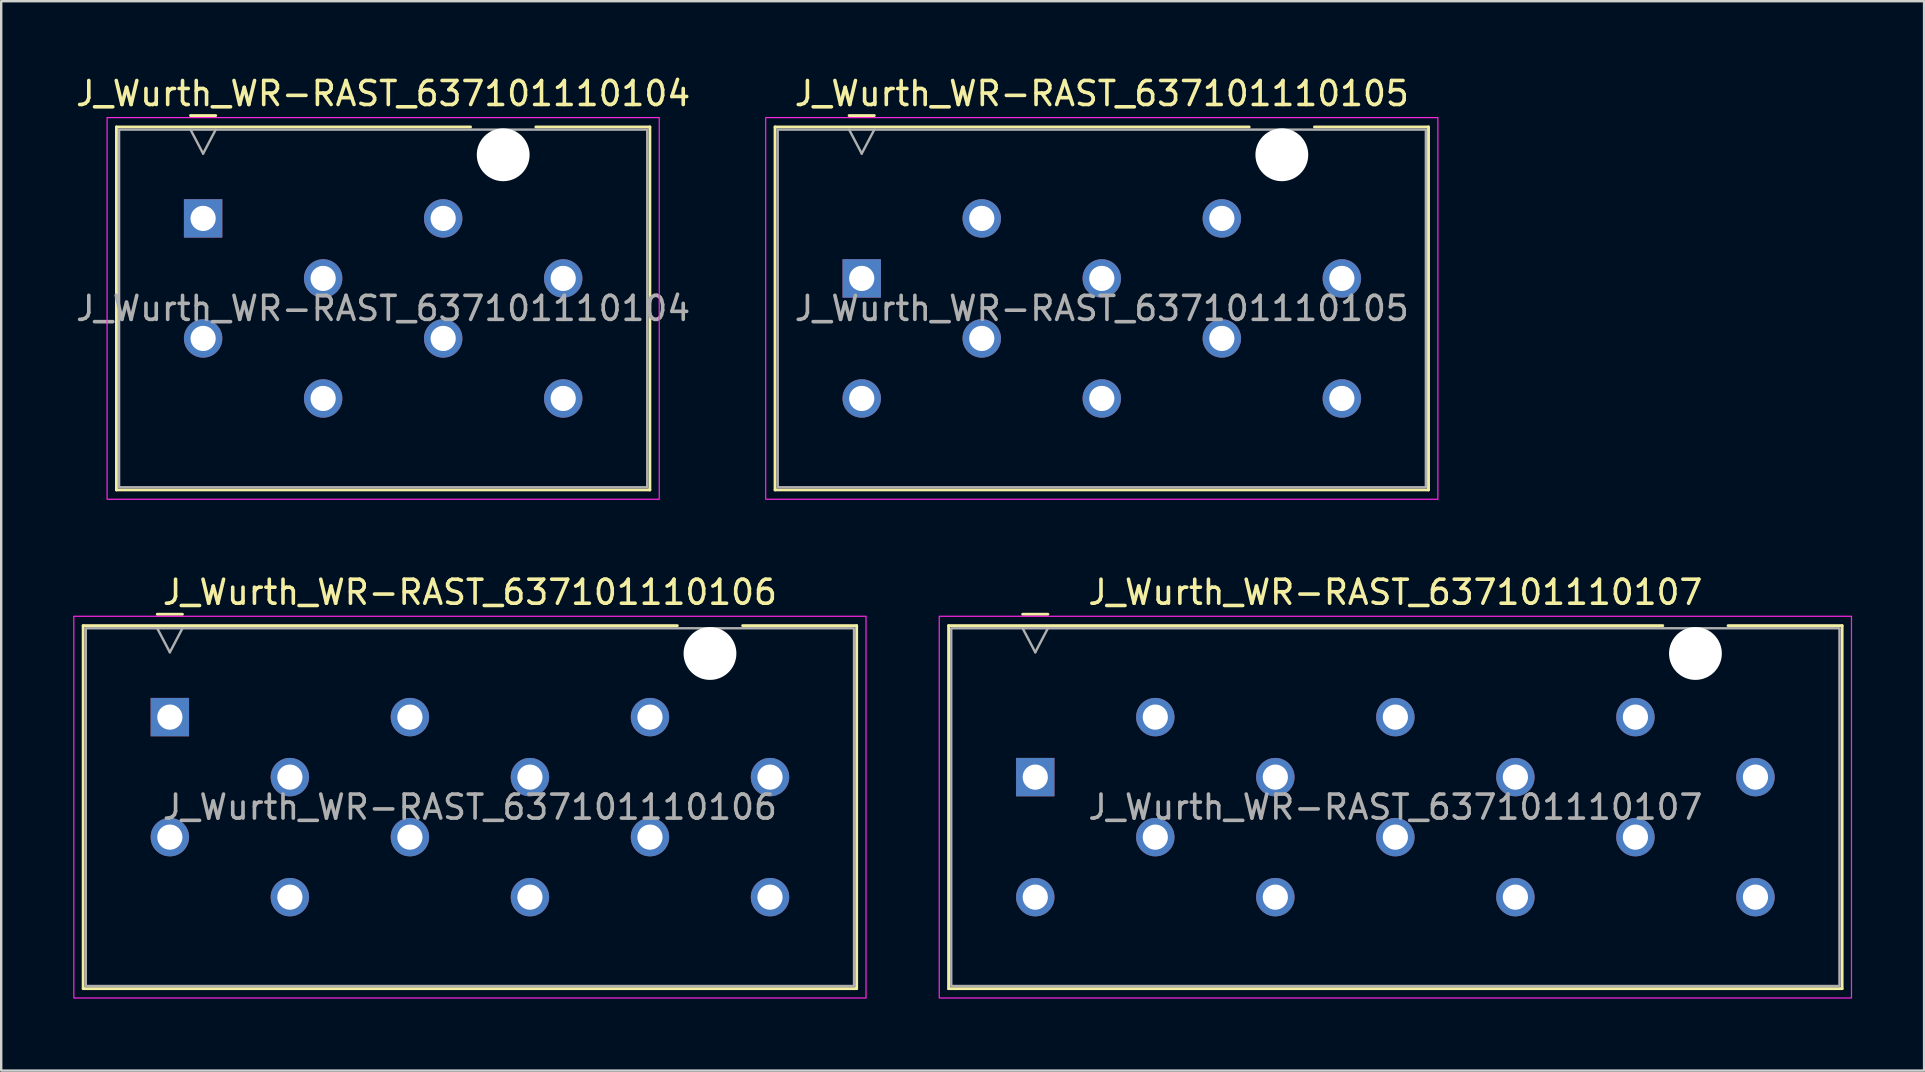
<source format=kicad_pcb>
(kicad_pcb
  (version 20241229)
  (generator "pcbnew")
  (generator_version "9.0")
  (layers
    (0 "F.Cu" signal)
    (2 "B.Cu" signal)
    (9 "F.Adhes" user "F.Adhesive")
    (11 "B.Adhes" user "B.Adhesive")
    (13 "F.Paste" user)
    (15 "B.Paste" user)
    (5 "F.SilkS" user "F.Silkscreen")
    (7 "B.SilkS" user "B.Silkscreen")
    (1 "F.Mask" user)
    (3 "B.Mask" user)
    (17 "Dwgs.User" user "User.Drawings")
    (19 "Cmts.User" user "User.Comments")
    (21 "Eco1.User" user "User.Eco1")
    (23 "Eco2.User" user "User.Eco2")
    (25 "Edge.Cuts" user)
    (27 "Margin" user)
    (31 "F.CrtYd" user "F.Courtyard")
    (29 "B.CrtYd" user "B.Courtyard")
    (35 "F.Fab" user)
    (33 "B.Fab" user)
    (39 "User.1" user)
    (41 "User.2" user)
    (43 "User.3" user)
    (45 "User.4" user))
  (footprint "J_Wurth_WR-RAST_637101110107"
    (layer "F.Cu")
    (at 40.075 29.322)
    (property "Reference" "J_Wurth_WR-RAST_637101110107" (at 15 -7.7 0) (unlocked yes) (layer "F.SilkS") (effects (font (size 1 1) (thickness 0.15))))
    (attr smd)
    (fp_line (start -3.61 -6.31) (end -3.61 8.81) (stroke (width 0.12) (type default)) (layer "F.SilkS"))
    (fp_line (start -3.61 -6.31) (end 26.14 -6.31) (stroke (width 0.12) (type default)) (layer "F.SilkS"))
    (fp_line (start -3.61 8.81) (end 33.61 8.81) (stroke (width 0.12) (type default)) (layer "F.SilkS"))
    (fp_line (start -0.525 -6.785) (end 0.525 -6.785) (stroke (width 0.12) (type default)) (layer "F.SilkS"))
    (fp_line (start 33.61 -6.31) (end 28.86 -6.31) (stroke (width 0.12) (type default)) (layer "F.SilkS"))
    (fp_line (start 33.61 -6.31) (end 33.61 8.81) (stroke (width 0.12) (type default)) (layer "F.SilkS"))
    (fp_rect (start -4 -6.7) (end 34 9.2) (stroke (width 0.05) (type default)) (fill no) (layer "F.CrtYd"))
    (fp_line (start -0.525 -6.2) (end 0 -5.2) (stroke (width 0.1) (type default)) (layer "F.Fab"))
    (fp_line (start 0.525 -6.2) (end 0 -5.2) (stroke (width 0.1) (type default)) (layer "F.Fab"))
    (fp_rect (start -3.5 -6.2) (end 33.5 8.7) (stroke (width 0.1) (type default)) (fill no) (layer "F.Fab"))
    (fp_text user "${REFERENCE}" (at 15 1.25 0) (unlocked yes) (layer "F.Fab") (effects (font (size 1 1) (thickness 0.15))))
    (pad "" np_thru_hole circle (at 27.5 -5.15) (size 2.2 2.2) (drill 2.2) (layers "*.Cu" "*.Mask"))
    (pad "1" thru_hole rect (at 0 0) (size 1.6 1.6) (drill 1.05) (layers "*.Cu" "*.Mask"))
    (pad "2" thru_hole circle (at 5 -2.5) (size 1.6 1.6) (drill 1.05) (layers "*.Cu" "*.Mask"))
    (pad "3" thru_hole circle (at 10 0) (size 1.6 1.6) (drill 1.05) (layers "*.Cu" "*.Mask"))
    (pad "4" thru_hole circle (at 15 -2.5) (size 1.6 1.6) (drill 1.05) (layers "*.Cu" "*.Mask"))
    (pad "5" thru_hole circle (at 20 0) (size 1.6 1.6) (drill 1.05) (layers "*.Cu" "*.Mask"))
    (pad "6" thru_hole circle (at 25 -2.5) (size 1.6 1.6) (drill 1.05) (layers "*.Cu" "*.Mask"))
    (pad "7" thru_hole circle (at 30 0) (size 1.6 1.6) (drill 1.05) (layers "*.Cu" "*.Mask"))
    (pad "A1" thru_hole circle (at 0 5) (size 1.6 1.6) (drill 1.05) (layers "*.Cu" "*.Mask"))
    (pad "A2" thru_hole circle (at 5 2.5) (size 1.6 1.6) (drill 1.05) (layers "*.Cu" "*.Mask"))
    (pad "A3" thru_hole circle (at 10 5) (size 1.6 1.6) (drill 1.05) (layers "*.Cu" "*.Mask"))
    (pad "A4" thru_hole circle (at 15 2.5) (size 1.6 1.6) (drill 1.05) (layers "*.Cu" "*.Mask"))
    (pad "A5" thru_hole circle (at 20 5) (size 1.6 1.6) (drill 1.05) (layers "*.Cu" "*.Mask"))
    (pad "A6" thru_hole circle (at 25 2.5) (size 1.6 1.6) (drill 1.05) (layers "*.Cu" "*.Mask"))
    (pad "A7" thru_hole circle (at 30 5) (size 1.6 1.6) (drill 1.05) (layers "*.Cu" "*.Mask")))
  (footprint "J_Wurth_WR-RAST_637101110105"
    (layer "F.Cu")
    (at 32.846 8.548)
    (property "Reference" "J_Wurth_WR-RAST_637101110105" (at 10 -7.7 0) (unlocked yes) (layer "F.SilkS") (effects (font (size 1 1) (thickness 0.15))))
    (attr smd)
    (fp_line (start -3.61 -6.31) (end -3.61 8.81) (stroke (width 0.12) (type default)) (layer "F.SilkS"))
    (fp_line (start -3.61 -6.31) (end 16.14 -6.31) (stroke (width 0.12) (type default)) (layer "F.SilkS"))
    (fp_line (start -3.61 8.81) (end 23.61 8.81) (stroke (width 0.12) (type default)) (layer "F.SilkS"))
    (fp_line (start -0.525 -6.785) (end 0.525 -6.785) (stroke (width 0.12) (type default)) (layer "F.SilkS"))
    (fp_line (start 23.61 -6.31) (end 18.86 -6.31) (stroke (width 0.12) (type default)) (layer "F.SilkS"))
    (fp_line (start 23.61 -6.31) (end 23.61 8.81) (stroke (width 0.12) (type default)) (layer "F.SilkS"))
    (fp_rect (start -4 -6.7) (end 24 9.2) (stroke (width 0.05) (type default)) (fill no) (layer "F.CrtYd"))
    (fp_line (start -0.525 -6.2) (end 0 -5.2) (stroke (width 0.1) (type default)) (layer "F.Fab"))
    (fp_line (start 0.525 -6.2) (end 0 -5.2) (stroke (width 0.1) (type default)) (layer "F.Fab"))
    (fp_rect (start -3.5 -6.2) (end 23.5 8.7) (stroke (width 0.1) (type default)) (fill no) (layer "F.Fab"))
    (fp_text user "${REFERENCE}" (at 10 1.25 0) (unlocked yes) (layer "F.Fab") (effects (font (size 1 1) (thickness 0.15))))
    (pad "" np_thru_hole circle (at 17.5 -5.15) (size 2.2 2.2) (drill 2.2) (layers "*.Cu" "*.Mask"))
    (pad "1" thru_hole rect (at 0 0) (size 1.6 1.6) (drill 1.05) (layers "*.Cu" "*.Mask"))
    (pad "2" thru_hole circle (at 5 -2.5) (size 1.6 1.6) (drill 1.05) (layers "*.Cu" "*.Mask"))
    (pad "3" thru_hole circle (at 10 0) (size 1.6 1.6) (drill 1.05) (layers "*.Cu" "*.Mask"))
    (pad "4" thru_hole circle (at 15 -2.5) (size 1.6 1.6) (drill 1.05) (layers "*.Cu" "*.Mask"))
    (pad "5" thru_hole circle (at 20 0) (size 1.6 1.6) (drill 1.05) (layers "*.Cu" "*.Mask"))
    (pad "A1" thru_hole circle (at 0 5) (size 1.6 1.6) (drill 1.05) (layers "*.Cu" "*.Mask"))
    (pad "A2" thru_hole circle (at 5 2.5) (size 1.6 1.6) (drill 1.05) (layers "*.Cu" "*.Mask"))
    (pad "A3" thru_hole circle (at 10 5) (size 1.6 1.6) (drill 1.05) (layers "*.Cu" "*.Mask"))
    (pad "A4" thru_hole circle (at 15 2.5) (size 1.6 1.6) (drill 1.05) (layers "*.Cu" "*.Mask"))
    (pad "A5" thru_hole circle (at 20 5) (size 1.6 1.6) (drill 1.05) (layers "*.Cu" "*.Mask")))
  (footprint "J_Wurth_WR-RAST_637101110106"
    (layer "F.Cu")
    (at 4.025 26.822)
    (property "Reference" "J_Wurth_WR-RAST_637101110106" (at 12.5 -5.2 0) (unlocked yes) (layer "F.SilkS") (effects (font (size 1 1) (thickness 0.15))))
    (attr smd)
    (fp_line (start -3.61 -3.81) (end -3.61 11.31) (stroke (width 0.12) (type default)) (layer "F.SilkS"))
    (fp_line (start -3.61 -3.81) (end 21.14 -3.81) (stroke (width 0.12) (type default)) (layer "F.SilkS"))
    (fp_line (start -3.61 11.31) (end 28.61 11.31) (stroke (width 0.12) (type default)) (layer "F.SilkS"))
    (fp_line (start -0.525 -4.285) (end 0.525 -4.285) (stroke (width 0.12) (type default)) (layer "F.SilkS"))
    (fp_line (start 28.61 -3.81) (end 23.86 -3.81) (stroke (width 0.12) (type default)) (layer "F.SilkS"))
    (fp_line (start 28.61 -3.81) (end 28.61 11.31) (stroke (width 0.12) (type default)) (layer "F.SilkS"))
    (fp_rect (start -4 -4.2) (end 29 11.7) (stroke (width 0.05) (type default)) (fill no) (layer "F.CrtYd"))
    (fp_line (start -0.525 -3.7) (end 0 -2.7) (stroke (width 0.1) (type default)) (layer "F.Fab"))
    (fp_line (start 0.525 -3.7) (end 0 -2.7) (stroke (width 0.1) (type default)) (layer "F.Fab"))
    (fp_rect (start -3.5 -3.7) (end 28.5 11.2) (stroke (width 0.1) (type default)) (fill no) (layer "F.Fab"))
    (fp_text user "${REFERENCE}" (at 12.5 3.75 0) (unlocked yes) (layer "F.Fab") (effects (font (size 1 1) (thickness 0.15))))
    (pad "" np_thru_hole circle (at 22.5 -2.65) (size 2.2 2.2) (drill 2.2) (layers "*.Cu" "*.Mask"))
    (pad "1" thru_hole rect (at 0 0) (size 1.6 1.6) (drill 1.05) (layers "*.Cu" "*.Mask"))
    (pad "2" thru_hole circle (at 5 2.5) (size 1.6 1.6) (drill 1.05) (layers "*.Cu" "*.Mask"))
    (pad "3" thru_hole circle (at 10 0) (size 1.6 1.6) (drill 1.05) (layers "*.Cu" "*.Mask"))
    (pad "4" thru_hole circle (at 15 2.5) (size 1.6 1.6) (drill 1.05) (layers "*.Cu" "*.Mask"))
    (pad "5" thru_hole circle (at 20 0) (size 1.6 1.6) (drill 1.05) (layers "*.Cu" "*.Mask"))
    (pad "6" thru_hole circle (at 25 2.5) (size 1.6 1.6) (drill 1.05) (layers "*.Cu" "*.Mask"))
    (pad "A1" thru_hole circle (at 0 5) (size 1.6 1.6) (drill 1.05) (layers "*.Cu" "*.Mask"))
    (pad "A2" thru_hole circle (at 5 7.5) (size 1.6 1.6) (drill 1.05) (layers "*.Cu" "*.Mask"))
    (pad "A3" thru_hole circle (at 10 5) (size 1.6 1.6) (drill 1.05) (layers "*.Cu" "*.Mask"))
    (pad "A4" thru_hole circle (at 15 7.5) (size 1.6 1.6) (drill 1.05) (layers "*.Cu" "*.Mask"))
    (pad "A5" thru_hole circle (at 20 5) (size 1.6 1.6) (drill 1.05) (layers "*.Cu" "*.Mask"))
    (pad "A6" thru_hole circle (at 25 7.5) (size 1.6 1.6) (drill 1.05) (layers "*.Cu" "*.Mask")))
  (footprint "J_Wurth_WR-RAST_637101110104"
    (layer "F.Cu")
    (at 5.411 6.048)
    (property "Reference" "J_Wurth_WR-RAST_637101110104" (at 7.5 -5.2 0) (unlocked yes) (layer "F.SilkS") (effects (font (size 1 1) (thickness 0.15))))
    (attr smd)
    (fp_line (start -3.61 -3.81) (end -3.61 11.31) (stroke (width 0.12) (type default)) (layer "F.SilkS"))
    (fp_line (start -3.61 -3.81) (end 11.14 -3.81) (stroke (width 0.12) (type default)) (layer "F.SilkS"))
    (fp_line (start -3.61 11.31) (end 18.61 11.31) (stroke (width 0.12) (type default)) (layer "F.SilkS"))
    (fp_line (start -0.525 -4.285) (end 0.525 -4.285) (stroke (width 0.12) (type default)) (layer "F.SilkS"))
    (fp_line (start 18.61 -3.81) (end 13.86 -3.81) (stroke (width 0.12) (type default)) (layer "F.SilkS"))
    (fp_line (start 18.61 -3.81) (end 18.61 11.31) (stroke (width 0.12) (type default)) (layer "F.SilkS"))
    (fp_rect (start -4 -4.2) (end 19 11.7) (stroke (width 0.05) (type default)) (fill no) (layer "F.CrtYd"))
    (fp_line (start -0.525 -3.7) (end 0 -2.7) (stroke (width 0.1) (type default)) (layer "F.Fab"))
    (fp_line (start 0.525 -3.7) (end 0 -2.7) (stroke (width 0.1) (type default)) (layer "F.Fab"))
    (fp_rect (start -3.5 -3.7) (end 18.5 11.2) (stroke (width 0.1) (type default)) (fill no) (layer "F.Fab"))
    (fp_text user "${REFERENCE}" (at 7.5 3.75 0) (unlocked yes) (layer "F.Fab") (effects (font (size 1 1) (thickness 0.15))))
    (pad "" np_thru_hole circle (at 12.5 -2.65) (size 2.2 2.2) (drill 2.2) (layers "*.Cu" "*.Mask"))
    (pad "1" thru_hole rect (at 0 0) (size 1.6 1.6) (drill 1.05) (layers "*.Cu" "*.Mask"))
    (pad "2" thru_hole circle (at 5 2.5) (size 1.6 1.6) (drill 1.05) (layers "*.Cu" "*.Mask"))
    (pad "3" thru_hole circle (at 10 0) (size 1.6 1.6) (drill 1.05) (layers "*.Cu" "*.Mask"))
    (pad "4" thru_hole circle (at 15 2.5) (size 1.6 1.6) (drill 1.05) (layers "*.Cu" "*.Mask"))
    (pad "A1" thru_hole circle (at 0 5) (size 1.6 1.6) (drill 1.05) (layers "*.Cu" "*.Mask"))
    (pad "A2" thru_hole circle (at 5 7.5) (size 1.6 1.6) (drill 1.05) (layers "*.Cu" "*.Mask"))
    (pad "A3" thru_hole circle (at 10 5) (size 1.6 1.6) (drill 1.05) (layers "*.Cu" "*.Mask"))
    (pad "A4" thru_hole circle (at 15 7.5) (size 1.6 1.6) (drill 1.05) (layers "*.Cu" "*.Mask")))
  (gr_rect
    (start -3 -3)
    (end 77.1 41.547)
    (stroke (width 0.1) (type default))
    (fill no)
    (layer "Edge.Cuts")))
</source>
